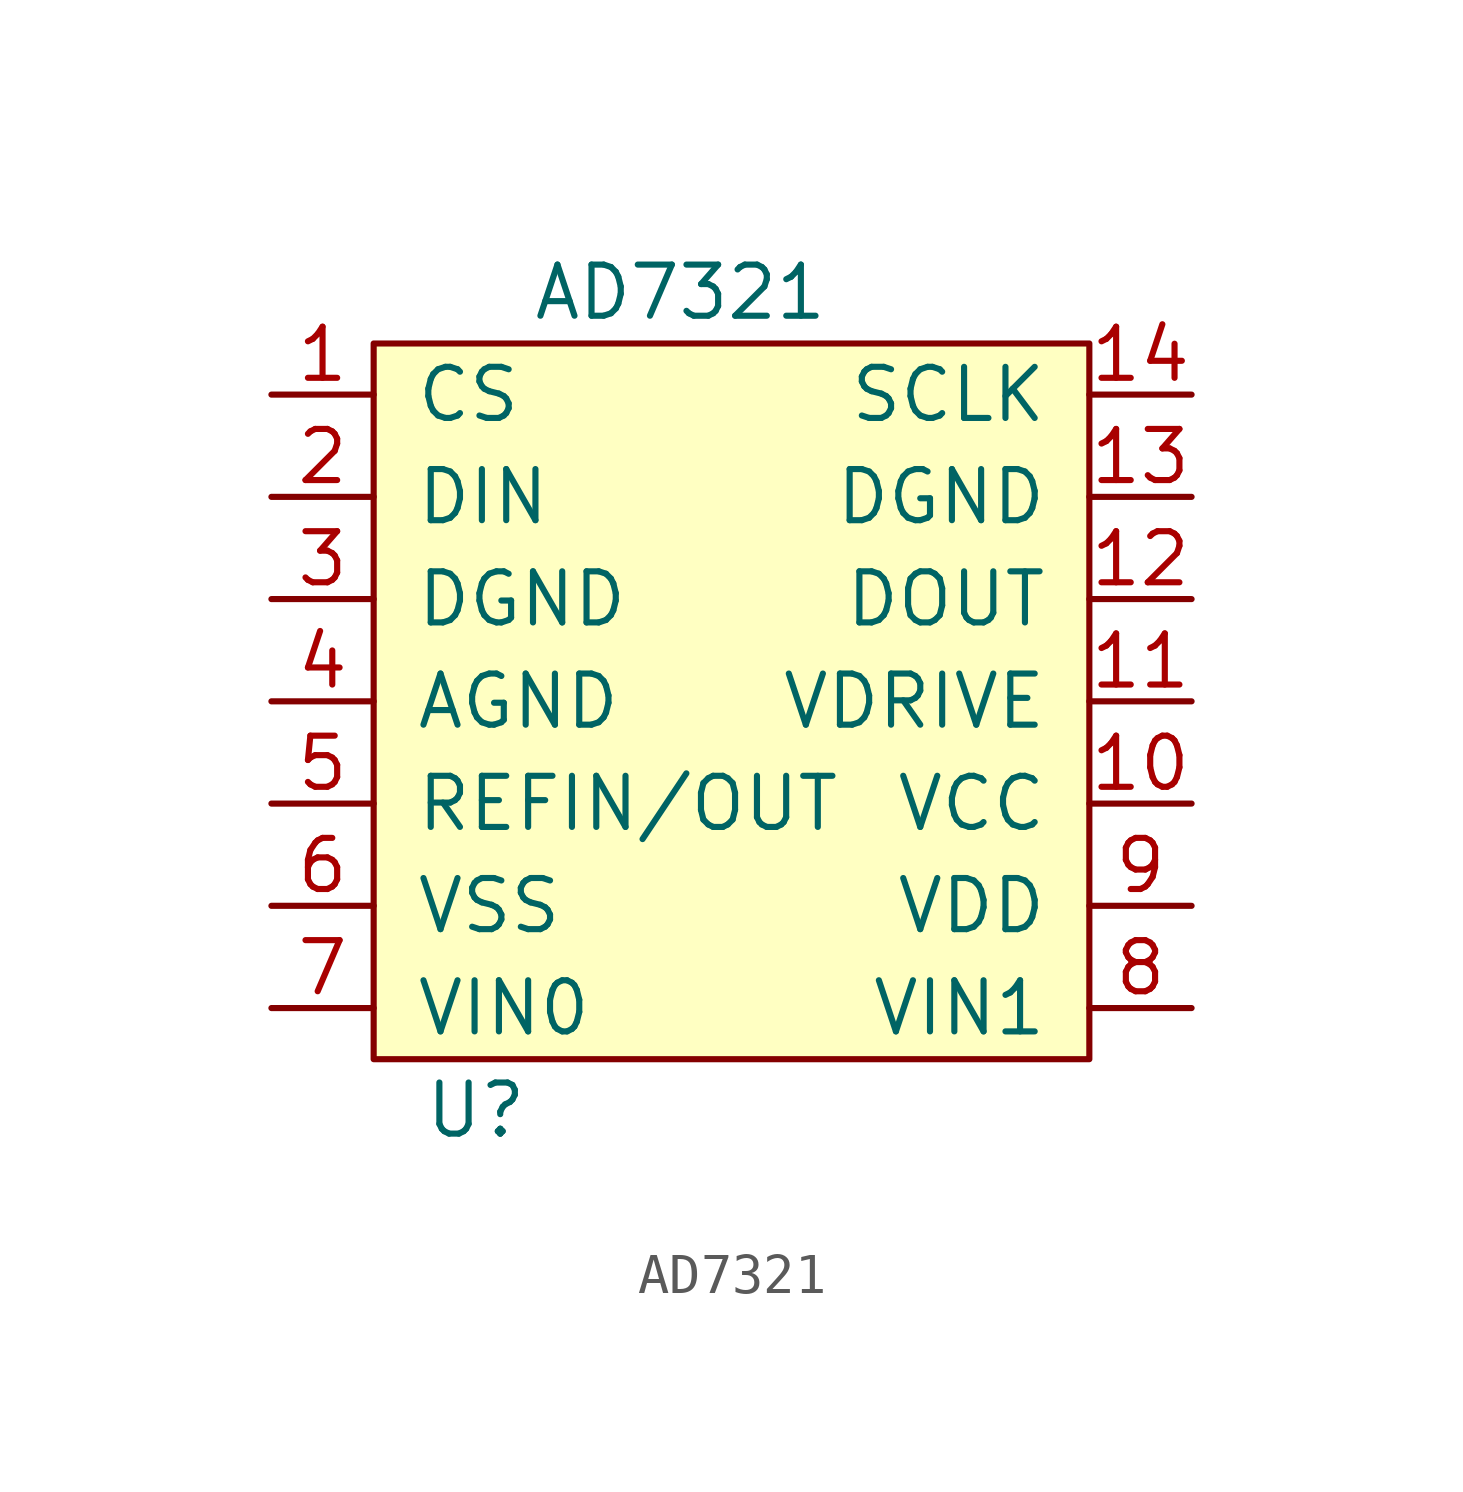
<source format=kicad_sym>
(kicad_symbol_lib
  (version 20211014)
  (generator kicad_symbol_editor)
  (symbol "AD7321"
    (pin_names
      (offset 1.016))
    (property "Reference" "U"
      (at -6.35 -10.16 0)
      (effects (font (size 1.27 1.27))))
    (property "Value" "AD7321"
      (at -1.27 10.16 0)
      (effects (font (size 1.27 1.27))))
    (symbol "AD7321_0_1"
      (rectangle (start -8.89 8.89) (end 8.89 -8.89) (stroke (width 0) (type default) (color 0 0 0 0)) (fill (type background))))
    (symbol "AD7321_1_1"
      (pin input line (at -11.43 7.62 0) (length 2.54) (name "CS" (effects (font (size 1.27 1.27)))) (number "1" (effects (font (size 1.27 1.27)))))
      (pin power_in line (at 11.43 -2.54 180) (length 2.54) (name "VCC" (effects (font (size 1.27 1.27)))) (number "10" (effects (font (size 1.27 1.27)))))
      (pin power_in line (at 11.43 0 180) (length 2.54) (name "VDRIVE" (effects (font (size 1.27 1.27)))) (number "11" (effects (font (size 1.27 1.27)))))
      (pin output line (at 11.43 2.54 180) (length 2.54) (name "DOUT" (effects (font (size 1.27 1.27)))) (number "12" (effects (font (size 1.27 1.27)))))
      (pin power_in line (at 11.43 5.08 180) (length 2.54) (name "DGND" (effects (font (size 1.27 1.27)))) (number "13" (effects (font (size 1.27 1.27)))))
      (pin input line (at 11.43 7.62 180) (length 2.54) (name "SCLK" (effects (font (size 1.27 1.27)))) (number "14" (effects (font (size 1.27 1.27)))))
      (pin input line (at -11.43 5.08 0) (length 2.54) (name "DIN" (effects (font (size 1.27 1.27)))) (number "2" (effects (font (size 1.27 1.27)))))
      (pin power_in line (at -11.43 2.54 0) (length 2.54) (name "DGND" (effects (font (size 1.27 1.27)))) (number "3" (effects (font (size 1.27 1.27)))))
      (pin power_in line (at -11.43 0 0) (length 2.54) (name "AGND" (effects (font (size 1.27 1.27)))) (number "4" (effects (font (size 1.27 1.27)))))
      (pin input line (at -11.43 -2.54 0) (length 2.54) (name "REFIN/OUT" (effects (font (size 1.27 1.27)))) (number "5" (effects (font (size 1.27 1.27)))))
      (pin power_in line (at -11.43 -5.08 0) (length 2.54) (name "VSS" (effects (font (size 1.27 1.27)))) (number "6" (effects (font (size 1.27 1.27)))))
      (pin input line (at -11.43 -7.62 0) (length 2.54) (name "VIN0" (effects (font (size 1.27 1.27)))) (number "7" (effects (font (size 1.27 1.27)))))
      (pin input line (at 11.43 -7.62 180) (length 2.54) (name "VIN1" (effects (font (size 1.27 1.27)))) (number "8" (effects (font (size 1.27 1.27)))))
      (pin power_in line (at 11.43 -5.08 180) (length 2.54) (name "VDD" (effects (font (size 1.27 1.27)))) (number "9" (effects (font (size 1.27 1.27))))))))
</source>
